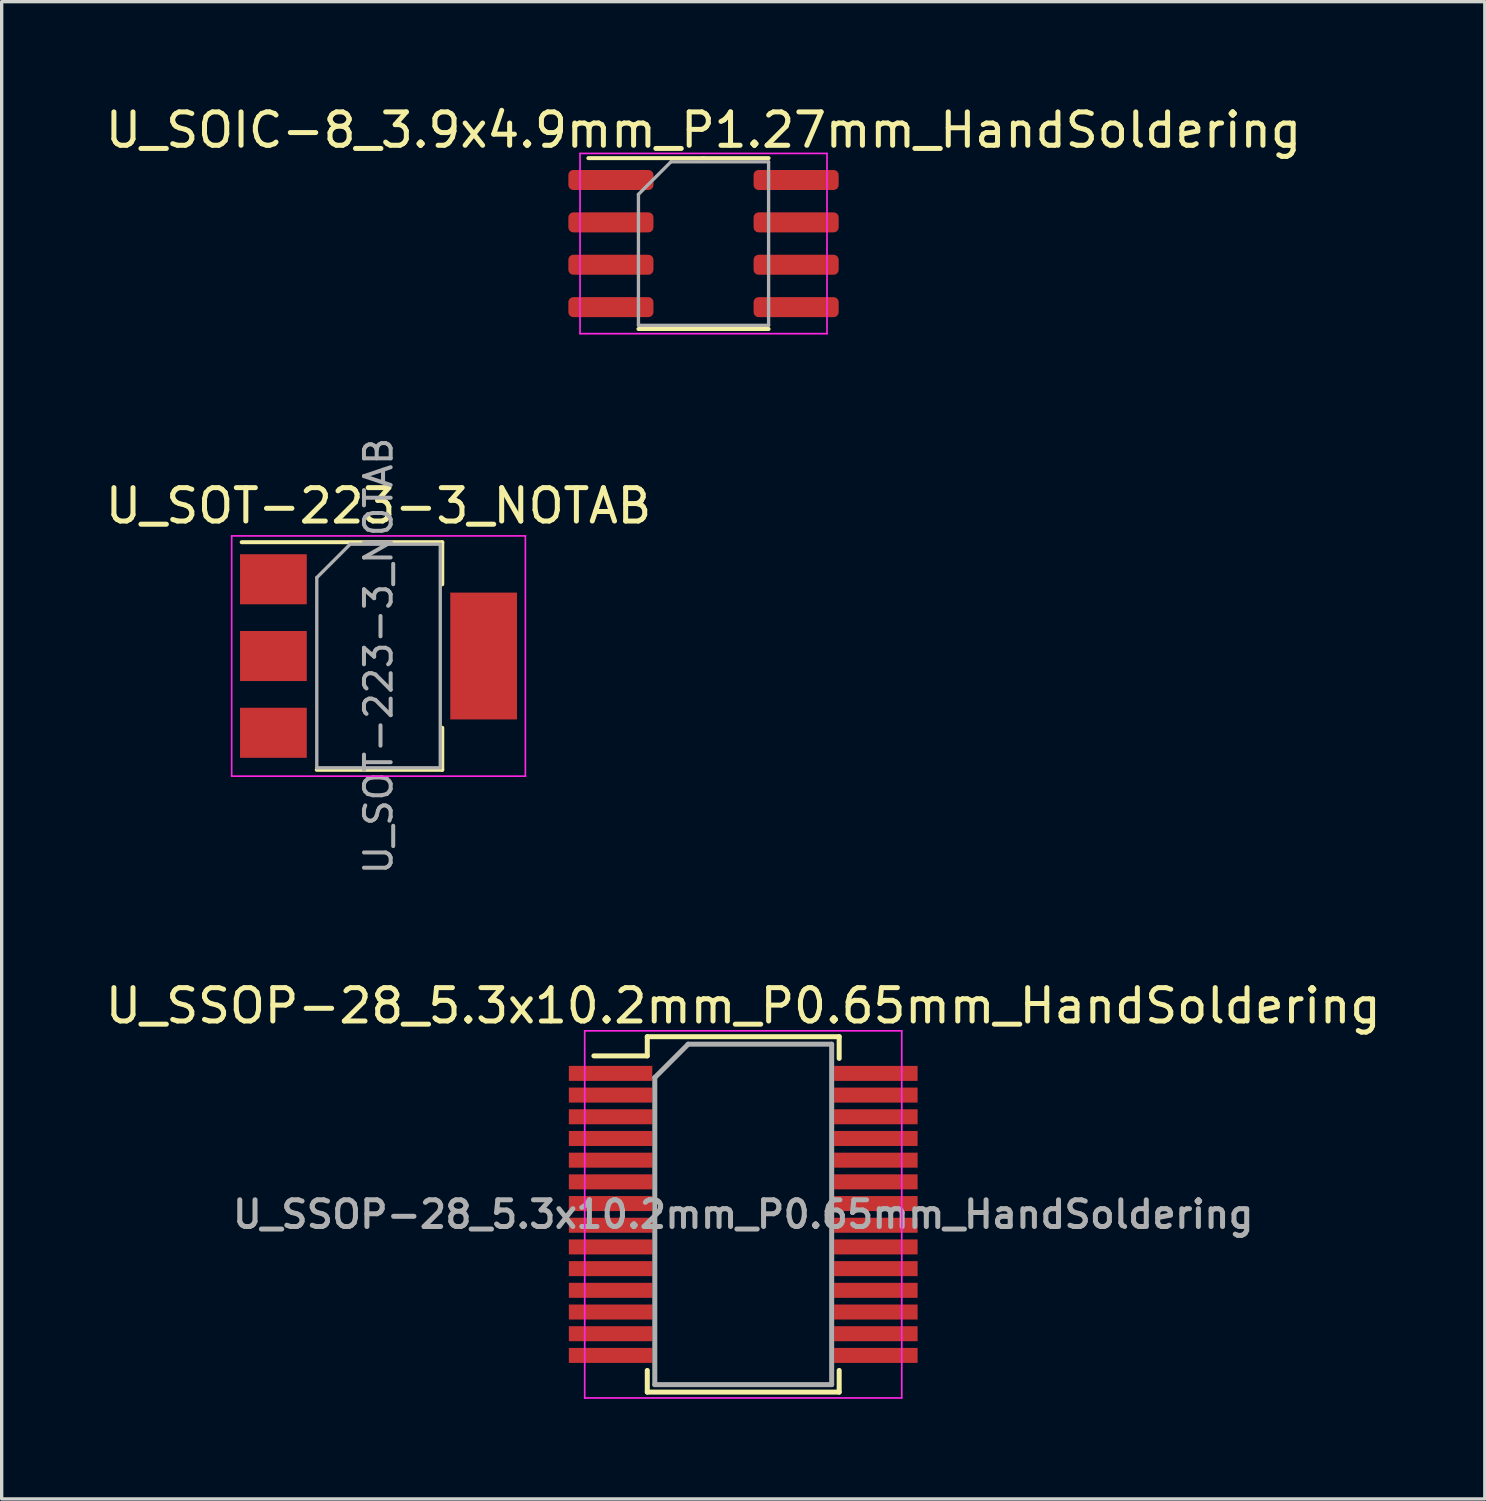
<source format=kicad_pcb>
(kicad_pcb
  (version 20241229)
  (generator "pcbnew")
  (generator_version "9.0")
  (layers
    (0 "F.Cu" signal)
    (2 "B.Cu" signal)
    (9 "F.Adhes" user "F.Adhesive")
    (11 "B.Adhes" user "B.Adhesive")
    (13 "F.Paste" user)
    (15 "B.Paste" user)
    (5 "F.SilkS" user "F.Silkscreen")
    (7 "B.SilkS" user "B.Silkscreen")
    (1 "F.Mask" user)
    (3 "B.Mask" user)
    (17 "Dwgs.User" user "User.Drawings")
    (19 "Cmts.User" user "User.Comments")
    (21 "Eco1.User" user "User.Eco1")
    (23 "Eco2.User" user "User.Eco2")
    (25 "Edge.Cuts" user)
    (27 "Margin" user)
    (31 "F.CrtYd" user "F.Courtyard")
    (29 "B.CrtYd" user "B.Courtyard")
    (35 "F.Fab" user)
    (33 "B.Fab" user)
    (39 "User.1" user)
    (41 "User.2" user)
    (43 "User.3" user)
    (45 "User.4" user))
  (footprint "U_SOT-223-3_NOTAB"
    (layer "F.Cu")
    (at 8.292 16.607)
    (property "Reference" "U_SOT-223-3_NOTAB" (at 0 -4.5 0) (layer "F.SilkS") (effects (font (size 1 1) (thickness 0.15))))
    (attr smd)
    (fp_line (start -4.1 -3.41) (end 1.91 -3.41) (stroke (width 0.12) (type solid)) (layer "F.SilkS"))
    (fp_line (start -1.85 3.41) (end 1.91 3.41) (stroke (width 0.12) (type solid)) (layer "F.SilkS"))
    (fp_line (start 1.91 -3.41) (end 1.91 -2.15) (stroke (width 0.12) (type solid)) (layer "F.SilkS"))
    (fp_line (start 1.91 3.41) (end 1.91 2.15) (stroke (width 0.12) (type solid)) (layer "F.SilkS"))
    (fp_line (start -4.4 -3.6) (end -4.4 3.6) (stroke (width 0.05) (type solid)) (layer "F.CrtYd"))
    (fp_line (start -4.4 3.6) (end 4.4 3.6) (stroke (width 0.05) (type solid)) (layer "F.CrtYd"))
    (fp_line (start 4.4 -3.6) (end -4.4 -3.6) (stroke (width 0.05) (type solid)) (layer "F.CrtYd"))
    (fp_line (start 4.4 3.6) (end 4.4 -3.6) (stroke (width 0.05) (type solid)) (layer "F.CrtYd"))
    (fp_line (start -1.85 -2.35) (end -1.85 3.35) (stroke (width 0.1) (type solid)) (layer "F.Fab"))
    (fp_line (start -1.85 -2.35) (end -0.85 -3.35) (stroke (width 0.1) (type solid)) (layer "F.Fab"))
    (fp_line (start -1.85 3.35) (end 1.85 3.35) (stroke (width 0.1) (type solid)) (layer "F.Fab"))
    (fp_line (start -0.85 -3.35) (end 1.85 -3.35) (stroke (width 0.1) (type solid)) (layer "F.Fab"))
    (fp_line (start 1.85 -3.35) (end 1.85 3.35) (stroke (width 0.1) (type solid)) (layer "F.Fab"))
    (fp_text user "${REFERENCE}" (at 0 0 90) (layer "F.Fab") (effects (font (size 0.8 0.8) (thickness 0.12))))
    (pad "" smd rect (at 3.15 0) (size 2 3.8) (layers "F.Cu" "F.Mask" "F.Paste"))
    (pad "1" smd rect (at -3.15 -2.3) (size 2 1.5) (layers "F.Cu" "F.Mask" "F.Paste"))
    (pad "2" smd rect (at -3.15 0) (size 2 1.5) (layers "F.Cu" "F.Mask" "F.Paste"))
    (pad "3" smd rect (at -3.15 2.3) (size 2 1.5) (layers "F.Cu" "F.Mask" "F.Paste")))
  (footprint "U_SOIC-8_3.9x4.9mm_P1.27mm_HandSoldering"
    (layer "F.Cu")
    (at 18.03 4.248)
    (property "Reference" "U_SOIC-8_3.9x4.9mm_P1.27mm_HandSoldering" (at 0 -3.4 0) (layer "F.SilkS") (effects (font (size 1 1) (thickness 0.15))))
    (attr smd)
    (fp_line (start 0 -2.56) (end -3.45 -2.56) (stroke (width 0.12) (type solid)) (layer "F.SilkS"))
    (fp_line (start 0 -2.56) (end 1.95 -2.56) (stroke (width 0.12) (type solid)) (layer "F.SilkS"))
    (fp_line (start 0 2.56) (end -1.95 2.56) (stroke (width 0.12) (type solid)) (layer "F.SilkS"))
    (fp_line (start 0 2.56) (end 1.95 2.56) (stroke (width 0.12) (type solid)) (layer "F.SilkS"))
    (fp_line (start -3.7 -2.7) (end -3.7 2.7) (stroke (width 0.05) (type solid)) (layer "F.CrtYd"))
    (fp_line (start -3.7 2.7) (end 3.7 2.7) (stroke (width 0.05) (type solid)) (layer "F.CrtYd"))
    (fp_line (start 3.7 -2.7) (end -3.7 -2.7) (stroke (width 0.05) (type solid)) (layer "F.CrtYd"))
    (fp_line (start 3.7 2.7) (end 3.7 -2.7) (stroke (width 0.05) (type solid)) (layer "F.CrtYd"))
    (fp_line (start -1.95 -1.475) (end -0.975 -2.45) (stroke (width 0.1) (type solid)) (layer "F.Fab"))
    (fp_line (start -1.95 2.45) (end -1.95 -1.475) (stroke (width 0.1) (type solid)) (layer "F.Fab"))
    (fp_line (start -0.975 -2.45) (end 1.95 -2.45) (stroke (width 0.1) (type solid)) (layer "F.Fab"))
    (fp_line (start 1.95 -2.45) (end 1.95 2.45) (stroke (width 0.1) (type solid)) (layer "F.Fab"))
    (fp_line (start 1.95 2.45) (end -1.95 2.45) (stroke (width 0.1) (type solid)) (layer "F.Fab"))
    (pad "1" smd roundrect (at -2.775 -1.905) (size 2.55 0.6) (layers "F.Cu" "F.Mask" "F.Paste") (roundrect_rratio 0.25))
    (pad "2" smd roundrect (at -2.775 -0.635) (size 2.55 0.6) (layers "F.Cu" "F.Mask" "F.Paste") (roundrect_rratio 0.25))
    (pad "3" smd roundrect (at -2.775 0.635) (size 2.55 0.6) (layers "F.Cu" "F.Mask" "F.Paste") (roundrect_rratio 0.25))
    (pad "4" smd roundrect (at -2.775 1.905) (size 2.55 0.6) (layers "F.Cu" "F.Mask" "F.Paste") (roundrect_rratio 0.25))
    (pad "5" smd roundrect (at 2.775 1.905) (size 2.55 0.6) (layers "F.Cu" "F.Mask" "F.Paste") (roundrect_rratio 0.25))
    (pad "6" smd roundrect (at 2.775 0.635) (size 2.55 0.6) (layers "F.Cu" "F.Mask" "F.Paste") (roundrect_rratio 0.25))
    (pad "7" smd roundrect (at 2.775 -0.635) (size 2.55 0.6) (layers "F.Cu" "F.Mask" "F.Paste") (roundrect_rratio 0.25))
    (pad "8" smd roundrect (at 2.775 -1.905) (size 2.55 0.6) (layers "F.Cu" "F.Mask" "F.Paste") (roundrect_rratio 0.25)))
  (footprint "U_SSOP-28_5.3x10.2mm_P0.65mm_HandSoldering"
    (layer "F.Cu")
    (at 19.22 33.338)
    (property "Reference" "U_SSOP-28_5.3x10.2mm_P0.65mm_HandSoldering" (at 0 -6.25 0) (layer "F.SilkS") (effects (font (size 1 1) (thickness 0.15))))
    (attr smd)
    (fp_line (start -2.875 -5.325) (end -2.875 -4.75) (stroke (width 0.15) (type solid)) (layer "F.SilkS"))
    (fp_line (start -2.875 -5.325) (end 2.875 -5.325) (stroke (width 0.15) (type solid)) (layer "F.SilkS"))
    (fp_line (start -2.875 -4.75) (end -4.475 -4.75) (stroke (width 0.15) (type solid)) (layer "F.SilkS"))
    (fp_line (start -2.875 5.325) (end -2.875 4.675) (stroke (width 0.15) (type solid)) (layer "F.SilkS"))
    (fp_line (start -2.875 5.325) (end 2.875 5.325) (stroke (width 0.15) (type solid)) (layer "F.SilkS"))
    (fp_line (start 2.875 -5.325) (end 2.875 -4.675) (stroke (width 0.15) (type solid)) (layer "F.SilkS"))
    (fp_line (start 2.875 5.325) (end 2.875 4.675) (stroke (width 0.15) (type solid)) (layer "F.SilkS"))
    (fp_line (start -4.75 -5.5) (end -4.75 5.5) (stroke (width 0.05) (type solid)) (layer "F.CrtYd"))
    (fp_line (start -4.75 -5.5) (end 4.75 -5.5) (stroke (width 0.05) (type solid)) (layer "F.CrtYd"))
    (fp_line (start -4.75 5.5) (end 4.75 5.5) (stroke (width 0.05) (type solid)) (layer "F.CrtYd"))
    (fp_line (start 4.75 -5.5) (end 4.75 5.5) (stroke (width 0.05) (type solid)) (layer "F.CrtYd"))
    (fp_line (start -2.65 -4.1) (end -1.65 -5.1) (stroke (width 0.15) (type solid)) (layer "F.Fab"))
    (fp_line (start -2.65 5.1) (end -2.65 -4.1) (stroke (width 0.15) (type solid)) (layer "F.Fab"))
    (fp_line (start -1.65 -5.1) (end 2.65 -5.1) (stroke (width 0.15) (type solid)) (layer "F.Fab"))
    (fp_line (start 2.65 -5.1) (end 2.65 5.1) (stroke (width 0.15) (type solid)) (layer "F.Fab"))
    (fp_line (start 2.65 5.1) (end -2.65 5.1) (stroke (width 0.15) (type solid)) (layer "F.Fab"))
    (fp_text user "${REFERENCE}" (at 0 0 0) (layer "F.Fab") (effects (font (size 0.8 0.8) (thickness 0.15))))
    (pad "1" smd rect (at -3.975 -4.225) (size 2.5 0.45) (layers "F.Cu" "F.Mask" "F.Paste"))
    (pad "2" smd rect (at -3.975 -3.575) (size 2.5 0.45) (layers "F.Cu" "F.Mask" "F.Paste"))
    (pad "3" smd rect (at -3.975 -2.925) (size 2.5 0.45) (layers "F.Cu" "F.Mask" "F.Paste"))
    (pad "4" smd rect (at -3.975 -2.275) (size 2.5 0.45) (layers "F.Cu" "F.Mask" "F.Paste"))
    (pad "5" smd rect (at -3.975 -1.625) (size 2.5 0.45) (layers "F.Cu" "F.Mask" "F.Paste"))
    (pad "6" smd rect (at -3.975 -0.975) (size 2.5 0.45) (layers "F.Cu" "F.Mask" "F.Paste"))
    (pad "7" smd rect (at -3.975 -0.325) (size 2.5 0.45) (layers "F.Cu" "F.Mask" "F.Paste"))
    (pad "8" smd rect (at -3.975 0.325) (size 2.5 0.45) (layers "F.Cu" "F.Mask" "F.Paste"))
    (pad "9" smd rect (at -3.975 0.975) (size 2.5 0.45) (layers "F.Cu" "F.Mask" "F.Paste"))
    (pad "10" smd rect (at -3.975 1.625) (size 2.5 0.45) (layers "F.Cu" "F.Mask" "F.Paste"))
    (pad "11" smd rect (at -3.975 2.275) (size 2.5 0.45) (layers "F.Cu" "F.Mask" "F.Paste"))
    (pad "12" smd rect (at -3.975 2.925) (size 2.5 0.45) (layers "F.Cu" "F.Mask" "F.Paste"))
    (pad "13" smd rect (at -3.975 3.575) (size 2.5 0.45) (layers "F.Cu" "F.Mask" "F.Paste"))
    (pad "14" smd rect (at -3.975 4.225) (size 2.5 0.45) (layers "F.Cu" "F.Mask" "F.Paste"))
    (pad "15" smd rect (at 3.975 4.225) (size 2.5 0.45) (layers "F.Cu" "F.Mask" "F.Paste"))
    (pad "16" smd rect (at 3.975 3.575) (size 2.5 0.45) (layers "F.Cu" "F.Mask" "F.Paste"))
    (pad "17" smd rect (at 3.975 2.925) (size 2.5 0.45) (layers "F.Cu" "F.Mask" "F.Paste"))
    (pad "18" smd rect (at 3.975 2.275) (size 2.5 0.45) (layers "F.Cu" "F.Mask" "F.Paste"))
    (pad "19" smd rect (at 3.975 1.625) (size 2.5 0.45) (layers "F.Cu" "F.Mask" "F.Paste"))
    (pad "20" smd rect (at 3.975 0.975) (size 2.5 0.45) (layers "F.Cu" "F.Mask" "F.Paste"))
    (pad "21" smd rect (at 3.975 0.325) (size 2.5 0.45) (layers "F.Cu" "F.Mask" "F.Paste"))
    (pad "22" smd rect (at 3.975 -0.325) (size 2.5 0.45) (layers "F.Cu" "F.Mask" "F.Paste"))
    (pad "23" smd rect (at 3.975 -0.975) (size 2.5 0.45) (layers "F.Cu" "F.Mask" "F.Paste"))
    (pad "24" smd rect (at 3.975 -1.625) (size 2.5 0.45) (layers "F.Cu" "F.Mask" "F.Paste"))
    (pad "25" smd rect (at 3.975 -2.275) (size 2.5 0.45) (layers "F.Cu" "F.Mask" "F.Paste"))
    (pad "26" smd rect (at 3.975 -2.925) (size 2.5 0.45) (layers "F.Cu" "F.Mask" "F.Paste"))
    (pad "27" smd rect (at 3.975 -3.575) (size 2.5 0.45) (layers "F.Cu" "F.Mask" "F.Paste"))
    (pad "28" smd rect (at 3.975 -4.225) (size 2.5 0.45) (layers "F.Cu" "F.Mask" "F.Paste")))
  (gr_rect
    (start -3 -3)
    (end 41.44 41.863)
    (stroke (width 0.1) (type default))
    (fill no)
    (layer "Edge.Cuts")))
</source>
